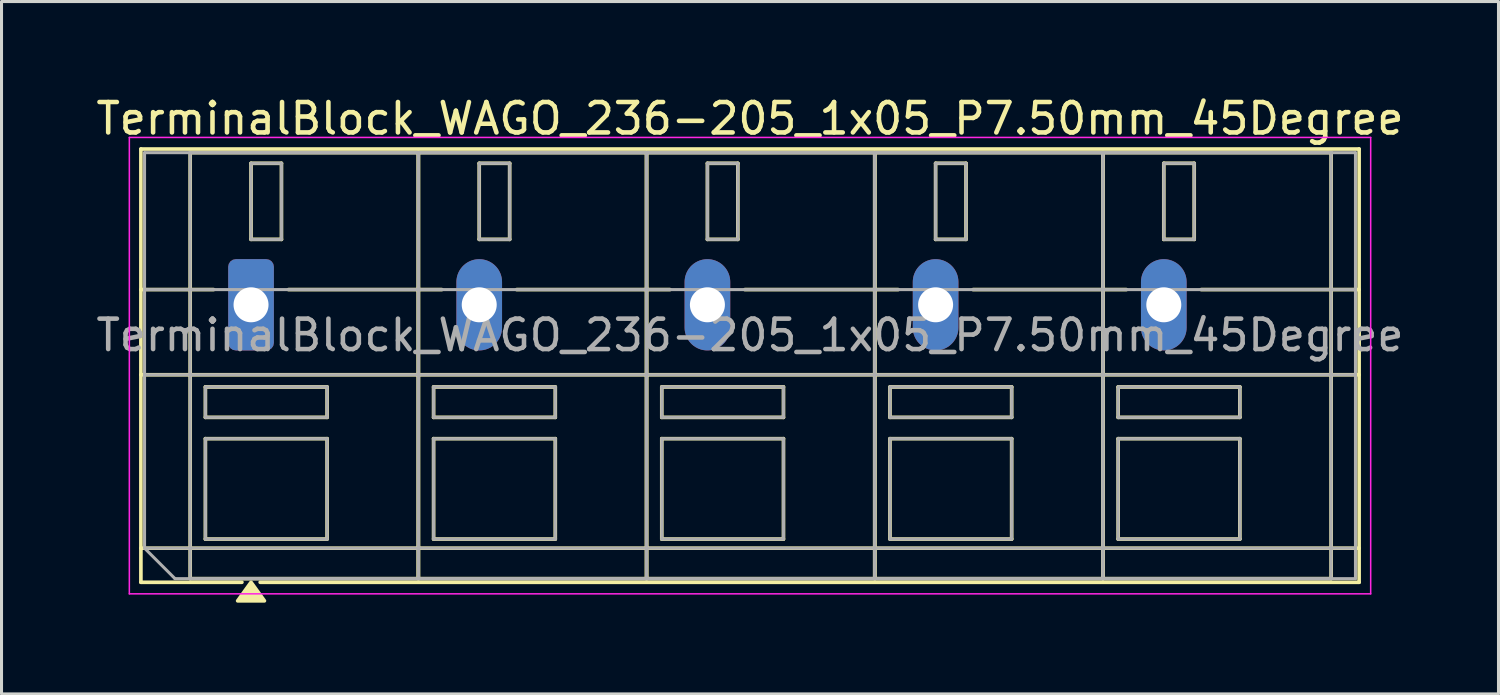
<source format=kicad_pcb>
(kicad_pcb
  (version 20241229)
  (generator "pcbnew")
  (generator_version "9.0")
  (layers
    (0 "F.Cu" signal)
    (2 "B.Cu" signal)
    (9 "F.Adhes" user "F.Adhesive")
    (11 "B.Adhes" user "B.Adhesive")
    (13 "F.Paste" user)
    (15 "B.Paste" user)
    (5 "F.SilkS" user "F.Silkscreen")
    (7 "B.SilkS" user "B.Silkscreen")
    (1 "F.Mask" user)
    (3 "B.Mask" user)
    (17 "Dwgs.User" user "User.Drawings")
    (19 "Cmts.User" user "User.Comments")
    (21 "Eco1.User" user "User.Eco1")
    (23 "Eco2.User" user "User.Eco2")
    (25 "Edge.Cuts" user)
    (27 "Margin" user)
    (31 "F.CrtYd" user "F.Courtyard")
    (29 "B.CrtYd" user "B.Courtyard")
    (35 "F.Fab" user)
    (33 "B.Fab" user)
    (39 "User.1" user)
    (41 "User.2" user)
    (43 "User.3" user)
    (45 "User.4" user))
  (footprint "TerminalBlock_WAGO_236-205_1x05_P7.50mm_45Degree"
    (layer "F.Cu")
    (at 5.201 6.968)
    (property "Reference" "TerminalBlock_WAGO_236-205_1x05_P7.50mm_45Degree" (at 16.4 -6.12 0) (layer "F.SilkS") (effects (font (size 1 1) (thickness 0.15))))
    (attr through_hole)
    (fp_line (start -3.62 -5.12) (end 36.42 -5.12) (stroke (width 0.12) (type solid)) (layer "F.SilkS"))
    (fp_line (start -3.62 -0.5) (end -1.23 -0.5) (stroke (width 0.12) (type solid)) (layer "F.SilkS"))
    (fp_line (start -3.62 2.3) (end 36.42 2.3) (stroke (width 0.12) (type solid)) (layer "F.SilkS"))
    (fp_line (start -3.62 8) (end 36.42 8) (stroke (width 0.12) (type solid)) (layer "F.SilkS"))
    (fp_line (start -3.62 9.12) (end -3.62 -5.12) (stroke (width 0.12) (type solid)) (layer "F.SilkS"))
    (fp_line (start -2 -5) (end 5.5 -5) (stroke (width 0.12) (type solid)) (layer "F.SilkS"))
    (fp_line (start -2 9) (end -2 -5) (stroke (width 0.12) (type solid)) (layer "F.SilkS"))
    (fp_line (start -1.5 2.7) (end 2.5 2.7) (stroke (width 0.12) (type solid)) (layer "F.SilkS"))
    (fp_line (start -1.5 3.7) (end -1.5 2.7) (stroke (width 0.12) (type solid)) (layer "F.SilkS"))
    (fp_line (start -1.5 4.4) (end 2.5 4.4) (stroke (width 0.12) (type solid)) (layer "F.SilkS"))
    (fp_line (start -1.5 7.7) (end -1.5 4.4) (stroke (width 0.12) (type solid)) (layer "F.SilkS"))
    (fp_line (start -0.3 9.12) (end -3.62 9.12) (stroke (width 0.12) (type solid)) (layer "F.SilkS"))
    (fp_line (start 0 -4.65) (end 1 -4.65) (stroke (width 0.12) (type solid)) (layer "F.SilkS"))
    (fp_line (start 0 -2.15) (end 0 -4.65) (stroke (width 0.12) (type solid)) (layer "F.SilkS"))
    (fp_line (start 1 -4.65) (end 1 -2.15) (stroke (width 0.12) (type solid)) (layer "F.SilkS"))
    (fp_line (start 1 -2.15) (end 0 -2.15) (stroke (width 0.12) (type solid)) (layer "F.SilkS"))
    (fp_line (start 1.23 -0.5) (end 6.27 -0.5) (stroke (width 0.12) (type solid)) (layer "F.SilkS"))
    (fp_line (start 2.5 2.7) (end 2.5 3.7) (stroke (width 0.12) (type solid)) (layer "F.SilkS"))
    (fp_line (start 2.5 3.7) (end -1.5 3.7) (stroke (width 0.12) (type solid)) (layer "F.SilkS"))
    (fp_line (start 2.5 4.4) (end 2.5 7.7) (stroke (width 0.12) (type solid)) (layer "F.SilkS"))
    (fp_line (start 2.5 7.7) (end -1.5 7.7) (stroke (width 0.12) (type solid)) (layer "F.SilkS"))
    (fp_line (start 5.5 -5) (end 5.5 9) (stroke (width 0.12) (type solid)) (layer "F.SilkS"))
    (fp_line (start 5.5 -5) (end 13 -5) (stroke (width 0.12) (type solid)) (layer "F.SilkS"))
    (fp_line (start 5.5 9) (end -2 9) (stroke (width 0.12) (type solid)) (layer "F.SilkS"))
    (fp_line (start 5.5 9) (end 5.5 -5) (stroke (width 0.12) (type solid)) (layer "F.SilkS"))
    (fp_line (start 6 2.7) (end 10 2.7) (stroke (width 0.12) (type solid)) (layer "F.SilkS"))
    (fp_line (start 6 3.7) (end 6 2.7) (stroke (width 0.12) (type solid)) (layer "F.SilkS"))
    (fp_line (start 6 4.4) (end 10 4.4) (stroke (width 0.12) (type solid)) (layer "F.SilkS"))
    (fp_line (start 6 7.7) (end 6 4.4) (stroke (width 0.12) (type solid)) (layer "F.SilkS"))
    (fp_line (start 7.5 -4.65) (end 8.5 -4.65) (stroke (width 0.12) (type solid)) (layer "F.SilkS"))
    (fp_line (start 7.5 -2.15) (end 7.5 -4.65) (stroke (width 0.12) (type solid)) (layer "F.SilkS"))
    (fp_line (start 8.5 -4.65) (end 8.5 -2.15) (stroke (width 0.12) (type solid)) (layer "F.SilkS"))
    (fp_line (start 8.5 -2.15) (end 7.5 -2.15) (stroke (width 0.12) (type solid)) (layer "F.SilkS"))
    (fp_line (start 8.73 -0.5) (end 13.77 -0.5) (stroke (width 0.12) (type solid)) (layer "F.SilkS"))
    (fp_line (start 10 2.7) (end 10 3.7) (stroke (width 0.12) (type solid)) (layer "F.SilkS"))
    (fp_line (start 10 3.7) (end 6 3.7) (stroke (width 0.12) (type solid)) (layer "F.SilkS"))
    (fp_line (start 10 4.4) (end 10 7.7) (stroke (width 0.12) (type solid)) (layer "F.SilkS"))
    (fp_line (start 10 7.7) (end 6 7.7) (stroke (width 0.12) (type solid)) (layer "F.SilkS"))
    (fp_line (start 13 -5) (end 13 9) (stroke (width 0.12) (type solid)) (layer "F.SilkS"))
    (fp_line (start 13 -5) (end 20.5 -5) (stroke (width 0.12) (type solid)) (layer "F.SilkS"))
    (fp_line (start 13 9) (end 5.5 9) (stroke (width 0.12) (type solid)) (layer "F.SilkS"))
    (fp_line (start 13 9) (end 13 -5) (stroke (width 0.12) (type solid)) (layer "F.SilkS"))
    (fp_line (start 13.5 2.7) (end 17.5 2.7) (stroke (width 0.12) (type solid)) (layer "F.SilkS"))
    (fp_line (start 13.5 3.7) (end 13.5 2.7) (stroke (width 0.12) (type solid)) (layer "F.SilkS"))
    (fp_line (start 13.5 4.4) (end 17.5 4.4) (stroke (width 0.12) (type solid)) (layer "F.SilkS"))
    (fp_line (start 13.5 7.7) (end 13.5 4.4) (stroke (width 0.12) (type solid)) (layer "F.SilkS"))
    (fp_line (start 15 -4.65) (end 16 -4.65) (stroke (width 0.12) (type solid)) (layer "F.SilkS"))
    (fp_line (start 15 -2.15) (end 15 -4.65) (stroke (width 0.12) (type solid)) (layer "F.SilkS"))
    (fp_line (start 16 -4.65) (end 16 -2.15) (stroke (width 0.12) (type solid)) (layer "F.SilkS"))
    (fp_line (start 16 -2.15) (end 15 -2.15) (stroke (width 0.12) (type solid)) (layer "F.SilkS"))
    (fp_line (start 16.23 -0.5) (end 21.27 -0.5) (stroke (width 0.12) (type solid)) (layer "F.SilkS"))
    (fp_line (start 17.5 2.7) (end 17.5 3.7) (stroke (width 0.12) (type solid)) (layer "F.SilkS"))
    (fp_line (start 17.5 3.7) (end 13.5 3.7) (stroke (width 0.12) (type solid)) (layer "F.SilkS"))
    (fp_line (start 17.5 4.4) (end 17.5 7.7) (stroke (width 0.12) (type solid)) (layer "F.SilkS"))
    (fp_line (start 17.5 7.7) (end 13.5 7.7) (stroke (width 0.12) (type solid)) (layer "F.SilkS"))
    (fp_line (start 20.5 -5) (end 20.5 9) (stroke (width 0.12) (type solid)) (layer "F.SilkS"))
    (fp_line (start 20.5 -5) (end 28 -5) (stroke (width 0.12) (type solid)) (layer "F.SilkS"))
    (fp_line (start 20.5 9) (end 13 9) (stroke (width 0.12) (type solid)) (layer "F.SilkS"))
    (fp_line (start 20.5 9) (end 20.5 -5) (stroke (width 0.12) (type solid)) (layer "F.SilkS"))
    (fp_line (start 21 2.7) (end 25 2.7) (stroke (width 0.12) (type solid)) (layer "F.SilkS"))
    (fp_line (start 21 3.7) (end 21 2.7) (stroke (width 0.12) (type solid)) (layer "F.SilkS"))
    (fp_line (start 21 4.4) (end 25 4.4) (stroke (width 0.12) (type solid)) (layer "F.SilkS"))
    (fp_line (start 21 7.7) (end 21 4.4) (stroke (width 0.12) (type solid)) (layer "F.SilkS"))
    (fp_line (start 22.5 -4.65) (end 23.5 -4.65) (stroke (width 0.12) (type solid)) (layer "F.SilkS"))
    (fp_line (start 22.5 -2.15) (end 22.5 -4.65) (stroke (width 0.12) (type solid)) (layer "F.SilkS"))
    (fp_line (start 23.5 -4.65) (end 23.5 -2.15) (stroke (width 0.12) (type solid)) (layer "F.SilkS"))
    (fp_line (start 23.5 -2.15) (end 22.5 -2.15) (stroke (width 0.12) (type solid)) (layer "F.SilkS"))
    (fp_line (start 23.73 -0.5) (end 28.77 -0.5) (stroke (width 0.12) (type solid)) (layer "F.SilkS"))
    (fp_line (start 25 2.7) (end 25 3.7) (stroke (width 0.12) (type solid)) (layer "F.SilkS"))
    (fp_line (start 25 3.7) (end 21 3.7) (stroke (width 0.12) (type solid)) (layer "F.SilkS"))
    (fp_line (start 25 4.4) (end 25 7.7) (stroke (width 0.12) (type solid)) (layer "F.SilkS"))
    (fp_line (start 25 7.7) (end 21 7.7) (stroke (width 0.12) (type solid)) (layer "F.SilkS"))
    (fp_line (start 28 -5) (end 28 9) (stroke (width 0.12) (type solid)) (layer "F.SilkS"))
    (fp_line (start 28 -5) (end 35.5 -5) (stroke (width 0.12) (type solid)) (layer "F.SilkS"))
    (fp_line (start 28 9) (end 20.5 9) (stroke (width 0.12) (type solid)) (layer "F.SilkS"))
    (fp_line (start 28 9) (end 28 -5) (stroke (width 0.12) (type solid)) (layer "F.SilkS"))
    (fp_line (start 28.5 2.7) (end 32.5 2.7) (stroke (width 0.12) (type solid)) (layer "F.SilkS"))
    (fp_line (start 28.5 3.7) (end 28.5 2.7) (stroke (width 0.12) (type solid)) (layer "F.SilkS"))
    (fp_line (start 28.5 4.4) (end 32.5 4.4) (stroke (width 0.12) (type solid)) (layer "F.SilkS"))
    (fp_line (start 28.5 7.7) (end 28.5 4.4) (stroke (width 0.12) (type solid)) (layer "F.SilkS"))
    (fp_line (start 30 -4.65) (end 31 -4.65) (stroke (width 0.12) (type solid)) (layer "F.SilkS"))
    (fp_line (start 30 -2.15) (end 30 -4.65) (stroke (width 0.12) (type solid)) (layer "F.SilkS"))
    (fp_line (start 31 -4.65) (end 31 -2.15) (stroke (width 0.12) (type solid)) (layer "F.SilkS"))
    (fp_line (start 31 -2.15) (end 30 -2.15) (stroke (width 0.12) (type solid)) (layer "F.SilkS"))
    (fp_line (start 31.23 -0.5) (end 36.42 -0.5) (stroke (width 0.12) (type solid)) (layer "F.SilkS"))
    (fp_line (start 32.5 2.7) (end 32.5 3.7) (stroke (width 0.12) (type solid)) (layer "F.SilkS"))
    (fp_line (start 32.5 3.7) (end 28.5 3.7) (stroke (width 0.12) (type solid)) (layer "F.SilkS"))
    (fp_line (start 32.5 4.4) (end 32.5 7.7) (stroke (width 0.12) (type solid)) (layer "F.SilkS"))
    (fp_line (start 32.5 7.7) (end 28.5 7.7) (stroke (width 0.12) (type solid)) (layer "F.SilkS"))
    (fp_line (start 35.5 -5) (end 35.5 9) (stroke (width 0.12) (type solid)) (layer "F.SilkS"))
    (fp_line (start 35.5 9) (end 28 9) (stroke (width 0.12) (type solid)) (layer "F.SilkS"))
    (fp_line (start 36.42 -5.12) (end 36.42 9.12) (stroke (width 0.12) (type solid)) (layer "F.SilkS"))
    (fp_line (start 36.42 9.12) (end 0.3 9.12) (stroke (width 0.12) (type solid)) (layer "F.SilkS"))
    (fp_poly (pts (xy 0 9.12) (xy 0.44 9.73) (xy -0.44 9.73)) (stroke (width 0.12) (type solid)) (fill yes) (layer "F.SilkS"))
    (fp_line (start -4 -5.5) (end -4 9.5) (stroke (width 0.05) (type solid)) (layer "F.CrtYd"))
    (fp_line (start -4 9.5) (end 36.8 9.5) (stroke (width 0.05) (type solid)) (layer "F.CrtYd"))
    (fp_line (start 36.8 -5.5) (end -4 -5.5) (stroke (width 0.05) (type solid)) (layer "F.CrtYd"))
    (fp_line (start 36.8 9.5) (end 36.8 -5.5) (stroke (width 0.05) (type solid)) (layer "F.CrtYd"))
    (fp_line (start -3.5 -5) (end 36.3 -5) (stroke (width 0.1) (type solid)) (layer "F.Fab"))
    (fp_line (start -3.5 -0.5) (end 36.3 -0.5) (stroke (width 0.1) (type solid)) (layer "F.Fab"))
    (fp_line (start -3.5 2.3) (end 36.3 2.3) (stroke (width 0.1) (type solid)) (layer "F.Fab"))
    (fp_line (start -3.5 8) (end -3.5 -5) (stroke (width 0.1) (type solid)) (layer "F.Fab"))
    (fp_line (start -3.5 8) (end 36.3 8) (stroke (width 0.1) (type solid)) (layer "F.Fab"))
    (fp_line (start -2.5 9) (end -3.5 8) (stroke (width 0.1) (type solid)) (layer "F.Fab"))
    (fp_line (start -2 -5) (end -2 9) (stroke (width 0.1) (type solid)) (layer "F.Fab"))
    (fp_line (start -2 9) (end 5.5 9) (stroke (width 0.1) (type solid)) (layer "F.Fab"))
    (fp_line (start -1.5 2.7) (end -1.5 3.7) (stroke (width 0.1) (type solid)) (layer "F.Fab"))
    (fp_line (start -1.5 3.7) (end 2.5 3.7) (stroke (width 0.1) (type solid)) (layer "F.Fab"))
    (fp_line (start -1.5 4.4) (end -1.5 7.7) (stroke (width 0.1) (type solid)) (layer "F.Fab"))
    (fp_line (start -1.5 7.7) (end 2.5 7.7) (stroke (width 0.1) (type solid)) (layer "F.Fab"))
    (fp_line (start 0 -4.65) (end 0 -2.15) (stroke (width 0.1) (type solid)) (layer "F.Fab"))
    (fp_line (start 0 -2.15) (end 1 -2.15) (stroke (width 0.1) (type solid)) (layer "F.Fab"))
    (fp_line (start 1 -4.65) (end 0 -4.65) (stroke (width 0.1) (type solid)) (layer "F.Fab"))
    (fp_line (start 1 -2.15) (end 1 -4.65) (stroke (width 0.1) (type solid)) (layer "F.Fab"))
    (fp_line (start 2.5 2.7) (end -1.5 2.7) (stroke (width 0.1) (type solid)) (layer "F.Fab"))
    (fp_line (start 2.5 3.7) (end 2.5 2.7) (stroke (width 0.1) (type solid)) (layer "F.Fab"))
    (fp_line (start 2.5 4.4) (end -1.5 4.4) (stroke (width 0.1) (type solid)) (layer "F.Fab"))
    (fp_line (start 2.5 7.7) (end 2.5 4.4) (stroke (width 0.1) (type solid)) (layer "F.Fab"))
    (fp_line (start 5.5 -5) (end -2 -5) (stroke (width 0.1) (type solid)) (layer "F.Fab"))
    (fp_line (start 5.5 -5) (end 5.5 9) (stroke (width 0.1) (type solid)) (layer "F.Fab"))
    (fp_line (start 5.5 9) (end 5.5 -5) (stroke (width 0.1) (type solid)) (layer "F.Fab"))
    (fp_line (start 5.5 9) (end 13 9) (stroke (width 0.1) (type solid)) (layer "F.Fab"))
    (fp_line (start 6 2.7) (end 6 3.7) (stroke (width 0.1) (type solid)) (layer "F.Fab"))
    (fp_line (start 6 3.7) (end 10 3.7) (stroke (width 0.1) (type solid)) (layer "F.Fab"))
    (fp_line (start 6 4.4) (end 6 7.7) (stroke (width 0.1) (type solid)) (layer "F.Fab"))
    (fp_line (start 6 7.7) (end 10 7.7) (stroke (width 0.1) (type solid)) (layer "F.Fab"))
    (fp_line (start 7.5 -4.65) (end 7.5 -2.15) (stroke (width 0.1) (type solid)) (layer "F.Fab"))
    (fp_line (start 7.5 -2.15) (end 8.5 -2.15) (stroke (width 0.1) (type solid)) (layer "F.Fab"))
    (fp_line (start 8.5 -4.65) (end 7.5 -4.65) (stroke (width 0.1) (type solid)) (layer "F.Fab"))
    (fp_line (start 8.5 -2.15) (end 8.5 -4.65) (stroke (width 0.1) (type solid)) (layer "F.Fab"))
    (fp_line (start 10 2.7) (end 6 2.7) (stroke (width 0.1) (type solid)) (layer "F.Fab"))
    (fp_line (start 10 3.7) (end 10 2.7) (stroke (width 0.1) (type solid)) (layer "F.Fab"))
    (fp_line (start 10 4.4) (end 6 4.4) (stroke (width 0.1) (type solid)) (layer "F.Fab"))
    (fp_line (start 10 7.7) (end 10 4.4) (stroke (width 0.1) (type solid)) (layer "F.Fab"))
    (fp_line (start 13 -5) (end 5.5 -5) (stroke (width 0.1) (type solid)) (layer "F.Fab"))
    (fp_line (start 13 -5) (end 13 9) (stroke (width 0.1) (type solid)) (layer "F.Fab"))
    (fp_line (start 13 9) (end 13 -5) (stroke (width 0.1) (type solid)) (layer "F.Fab"))
    (fp_line (start 13 9) (end 20.5 9) (stroke (width 0.1) (type solid)) (layer "F.Fab"))
    (fp_line (start 13.5 2.7) (end 13.5 3.7) (stroke (width 0.1) (type solid)) (layer "F.Fab"))
    (fp_line (start 13.5 3.7) (end 17.5 3.7) (stroke (width 0.1) (type solid)) (layer "F.Fab"))
    (fp_line (start 13.5 4.4) (end 13.5 7.7) (stroke (width 0.1) (type solid)) (layer "F.Fab"))
    (fp_line (start 13.5 7.7) (end 17.5 7.7) (stroke (width 0.1) (type solid)) (layer "F.Fab"))
    (fp_line (start 15 -4.65) (end 15 -2.15) (stroke (width 0.1) (type solid)) (layer "F.Fab"))
    (fp_line (start 15 -2.15) (end 16 -2.15) (stroke (width 0.1) (type solid)) (layer "F.Fab"))
    (fp_line (start 16 -4.65) (end 15 -4.65) (stroke (width 0.1) (type solid)) (layer "F.Fab"))
    (fp_line (start 16 -2.15) (end 16 -4.65) (stroke (width 0.1) (type solid)) (layer "F.Fab"))
    (fp_line (start 17.5 2.7) (end 13.5 2.7) (stroke (width 0.1) (type solid)) (layer "F.Fab"))
    (fp_line (start 17.5 3.7) (end 17.5 2.7) (stroke (width 0.1) (type solid)) (layer "F.Fab"))
    (fp_line (start 17.5 4.4) (end 13.5 4.4) (stroke (width 0.1) (type solid)) (layer "F.Fab"))
    (fp_line (start 17.5 7.7) (end 17.5 4.4) (stroke (width 0.1) (type solid)) (layer "F.Fab"))
    (fp_line (start 20.5 -5) (end 13 -5) (stroke (width 0.1) (type solid)) (layer "F.Fab"))
    (fp_line (start 20.5 -5) (end 20.5 9) (stroke (width 0.1) (type solid)) (layer "F.Fab"))
    (fp_line (start 20.5 9) (end 20.5 -5) (stroke (width 0.1) (type solid)) (layer "F.Fab"))
    (fp_line (start 20.5 9) (end 28 9) (stroke (width 0.1) (type solid)) (layer "F.Fab"))
    (fp_line (start 21 2.7) (end 21 3.7) (stroke (width 0.1) (type solid)) (layer "F.Fab"))
    (fp_line (start 21 3.7) (end 25 3.7) (stroke (width 0.1) (type solid)) (layer "F.Fab"))
    (fp_line (start 21 4.4) (end 21 7.7) (stroke (width 0.1) (type solid)) (layer "F.Fab"))
    (fp_line (start 21 7.7) (end 25 7.7) (stroke (width 0.1) (type solid)) (layer "F.Fab"))
    (fp_line (start 22.5 -4.65) (end 22.5 -2.15) (stroke (width 0.1) (type solid)) (layer "F.Fab"))
    (fp_line (start 22.5 -2.15) (end 23.5 -2.15) (stroke (width 0.1) (type solid)) (layer "F.Fab"))
    (fp_line (start 23.5 -4.65) (end 22.5 -4.65) (stroke (width 0.1) (type solid)) (layer "F.Fab"))
    (fp_line (start 23.5 -2.15) (end 23.5 -4.65) (stroke (width 0.1) (type solid)) (layer "F.Fab"))
    (fp_line (start 25 2.7) (end 21 2.7) (stroke (width 0.1) (type solid)) (layer "F.Fab"))
    (fp_line (start 25 3.7) (end 25 2.7) (stroke (width 0.1) (type solid)) (layer "F.Fab"))
    (fp_line (start 25 4.4) (end 21 4.4) (stroke (width 0.1) (type solid)) (layer "F.Fab"))
    (fp_line (start 25 7.7) (end 25 4.4) (stroke (width 0.1) (type solid)) (layer "F.Fab"))
    (fp_line (start 28 -5) (end 20.5 -5) (stroke (width 0.1) (type solid)) (layer "F.Fab"))
    (fp_line (start 28 -5) (end 28 9) (stroke (width 0.1) (type solid)) (layer "F.Fab"))
    (fp_line (start 28 9) (end 28 -5) (stroke (width 0.1) (type solid)) (layer "F.Fab"))
    (fp_line (start 28 9) (end 35.5 9) (stroke (width 0.1) (type solid)) (layer "F.Fab"))
    (fp_line (start 28.5 2.7) (end 28.5 3.7) (stroke (width 0.1) (type solid)) (layer "F.Fab"))
    (fp_line (start 28.5 3.7) (end 32.5 3.7) (stroke (width 0.1) (type solid)) (layer "F.Fab"))
    (fp_line (start 28.5 4.4) (end 28.5 7.7) (stroke (width 0.1) (type solid)) (layer "F.Fab"))
    (fp_line (start 28.5 7.7) (end 32.5 7.7) (stroke (width 0.1) (type solid)) (layer "F.Fab"))
    (fp_line (start 30 -4.65) (end 30 -2.15) (stroke (width 0.1) (type solid)) (layer "F.Fab"))
    (fp_line (start 30 -2.15) (end 31 -2.15) (stroke (width 0.1) (type solid)) (layer "F.Fab"))
    (fp_line (start 31 -4.65) (end 30 -4.65) (stroke (width 0.1) (type solid)) (layer "F.Fab"))
    (fp_line (start 31 -2.15) (end 31 -4.65) (stroke (width 0.1) (type solid)) (layer "F.Fab"))
    (fp_line (start 32.5 2.7) (end 28.5 2.7) (stroke (width 0.1) (type solid)) (layer "F.Fab"))
    (fp_line (start 32.5 3.7) (end 32.5 2.7) (stroke (width 0.1) (type solid)) (layer "F.Fab"))
    (fp_line (start 32.5 4.4) (end 28.5 4.4) (stroke (width 0.1) (type solid)) (layer "F.Fab"))
    (fp_line (start 32.5 7.7) (end 32.5 4.4) (stroke (width 0.1) (type solid)) (layer "F.Fab"))
    (fp_line (start 35.5 -5) (end 28 -5) (stroke (width 0.1) (type solid)) (layer "F.Fab"))
    (fp_line (start 35.5 9) (end 35.5 -5) (stroke (width 0.1) (type solid)) (layer "F.Fab"))
    (fp_line (start 36.3 -5) (end 36.3 9) (stroke (width 0.1) (type solid)) (layer "F.Fab"))
    (fp_line (start 36.3 9) (end -2.5 9) (stroke (width 0.1) (type solid)) (layer "F.Fab"))
    (fp_text user "${REFERENCE}" (at 16.4 1 0) (layer "F.Fab") (effects (font (size 1 1) (thickness 0.15))))
    (pad "1" thru_hole roundrect (at 0 0) (size 1.5 3) (drill 1.15) (layers "*.Cu" "*.Mask") (roundrect_rratio 0.167))
    (pad "2" thru_hole oval (at 7.5 0) (size 1.5 3) (drill 1.15) (layers "*.Cu" "*.Mask"))
    (pad "3" thru_hole oval (at 15 0) (size 1.5 3) (drill 1.15) (layers "*.Cu" "*.Mask"))
    (pad "4" thru_hole oval (at 22.5 0) (size 1.5 3) (drill 1.15) (layers "*.Cu" "*.Mask"))
    (pad "5" thru_hole oval (at 30 0) (size 1.5 3) (drill 1.15) (layers "*.Cu" "*.Mask")))
  (gr_rect
    (start -3 -3)
    (end 46.202 19.758)
    (stroke (width 0.1) (type default))
    (fill no)
    (layer "Edge.Cuts")))
</source>
